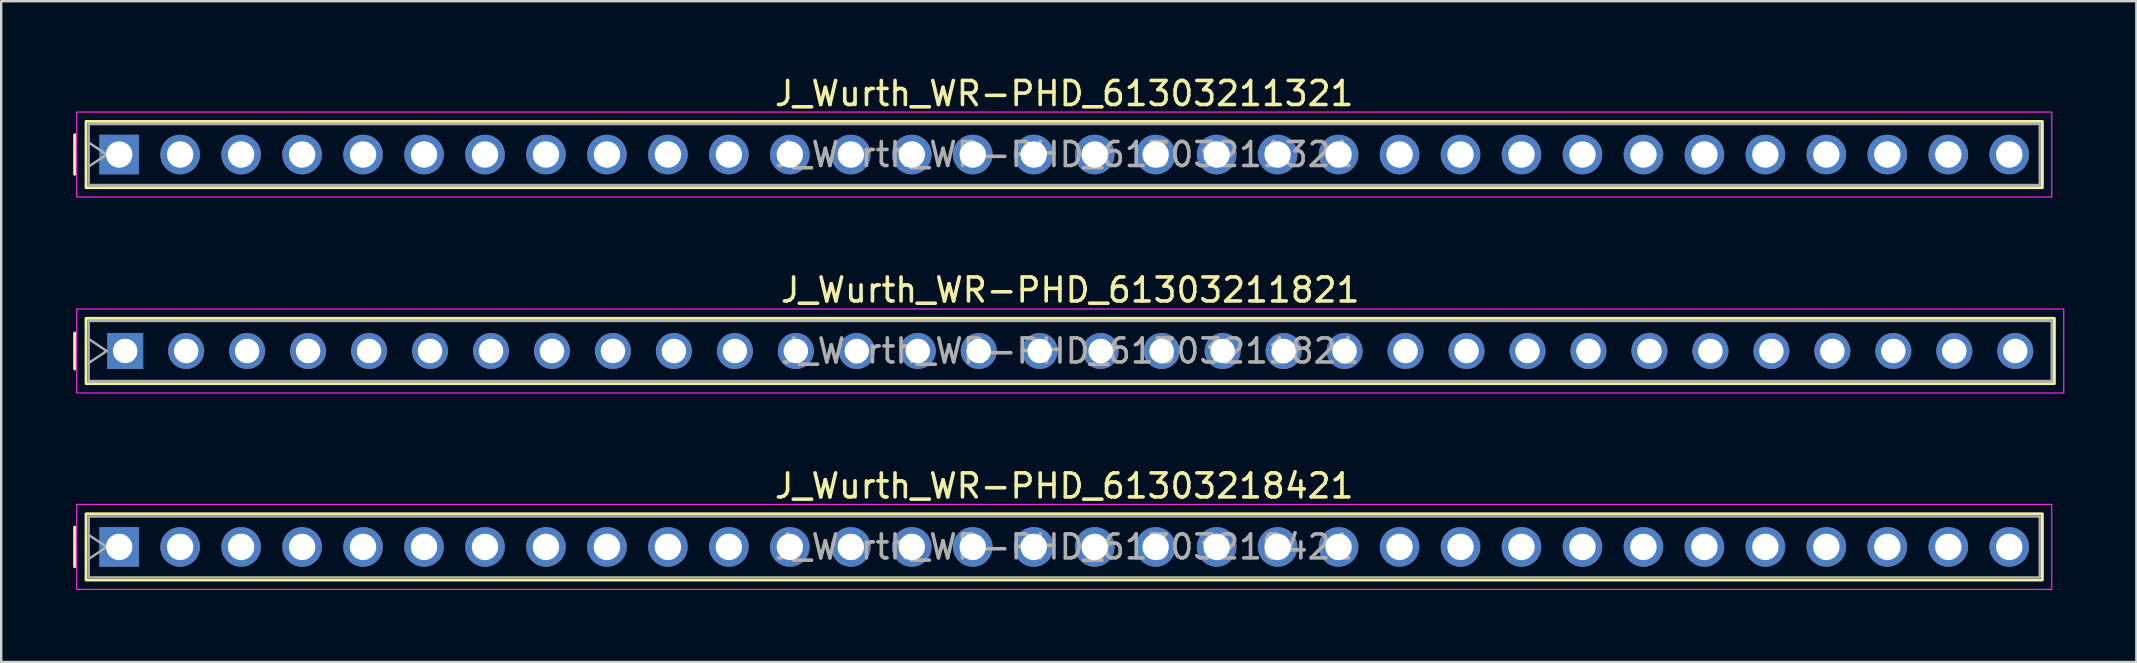
<source format=kicad_pcb>
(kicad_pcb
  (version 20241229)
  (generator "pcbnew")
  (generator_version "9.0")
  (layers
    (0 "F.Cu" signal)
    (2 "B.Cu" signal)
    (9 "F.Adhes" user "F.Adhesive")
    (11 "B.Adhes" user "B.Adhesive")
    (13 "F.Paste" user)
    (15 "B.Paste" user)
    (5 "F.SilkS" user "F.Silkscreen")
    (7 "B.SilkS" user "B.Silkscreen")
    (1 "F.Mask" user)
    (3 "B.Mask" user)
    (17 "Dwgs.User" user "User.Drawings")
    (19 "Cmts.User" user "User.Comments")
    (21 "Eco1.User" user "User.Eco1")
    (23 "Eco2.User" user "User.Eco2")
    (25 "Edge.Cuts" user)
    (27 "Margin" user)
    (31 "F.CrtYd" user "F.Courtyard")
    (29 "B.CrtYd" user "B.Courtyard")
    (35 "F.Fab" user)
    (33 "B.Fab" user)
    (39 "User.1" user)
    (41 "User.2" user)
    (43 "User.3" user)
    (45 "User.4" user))
  (footprint "J_Wurth_WR-PHD_61303211821"
    (layer "F.Cu")
    (at 2.165 11.572)
    (property "Reference" "J_Wurth_WR-PHD_61303211821" (at 39.37 -2.54 0) (unlocked yes) (layer "F.SilkS") (effects (font (size 1 1) (thickness 0.15))))
    (attr through_hole)
    (fp_line (start -2.105 -0.75) (end -2.105 0.75) (stroke (width 0.12) (type solid)) (layer "F.SilkS"))
    (fp_rect (start -1.63 -1.36) (end 80.37 1.36) (stroke (width 0.12) (type solid)) (fill no) (layer "F.SilkS"))
    (fp_rect (start -2.02 -1.75) (end 80.76 1.75) (stroke (width 0.05) (type solid)) (fill no) (layer "F.CrtYd"))
    (fp_line (start -1.52 -0.5) (end -0.77 0) (stroke (width 0.1) (type solid)) (layer "F.Fab"))
    (fp_line (start -0.77 0) (end -1.52 0.5) (stroke (width 0.1) (type solid)) (layer "F.Fab"))
    (fp_rect (start -1.52 -1.25) (end 80.26 1.25) (stroke (width 0.1) (type solid)) (fill no) (layer "F.Fab"))
    (fp_text user "${REFERENCE}" (at 39.37 0 0) (unlocked yes) (layer "F.Fab") (effects (font (size 1 1) (thickness 0.15))))
    (pad "1" thru_hole rect (at 0 0) (size 1.5 1.5) (drill 1.02) (layers "*.Cu" "*.Mask"))
    (pad "2" thru_hole circle (at 2.54 0) (size 1.5 1.5) (drill 1.02) (layers "*.Cu" "*.Mask"))
    (pad "3" thru_hole circle (at 5.08 0) (size 1.5 1.5) (drill 1.02) (layers "*.Cu" "*.Mask"))
    (pad "4" thru_hole circle (at 7.62 0) (size 1.5 1.5) (drill 1.02) (layers "*.Cu" "*.Mask"))
    (pad "5" thru_hole circle (at 10.16 0) (size 1.5 1.5) (drill 1.02) (layers "*.Cu" "*.Mask"))
    (pad "6" thru_hole circle (at 12.7 0) (size 1.5 1.5) (drill 1.02) (layers "*.Cu" "*.Mask"))
    (pad "7" thru_hole circle (at 15.24 0) (size 1.5 1.5) (drill 1.02) (layers "*.Cu" "*.Mask"))
    (pad "8" thru_hole circle (at 17.78 0) (size 1.5 1.5) (drill 1.02) (layers "*.Cu" "*.Mask"))
    (pad "9" thru_hole circle (at 20.32 0) (size 1.5 1.5) (drill 1.02) (layers "*.Cu" "*.Mask"))
    (pad "10" thru_hole circle (at 22.86 0) (size 1.5 1.5) (drill 1.02) (layers "*.Cu" "*.Mask"))
    (pad "11" thru_hole circle (at 25.4 0) (size 1.5 1.5) (drill 1.02) (layers "*.Cu" "*.Mask"))
    (pad "12" thru_hole circle (at 27.94 0) (size 1.5 1.5) (drill 1.02) (layers "*.Cu" "*.Mask"))
    (pad "13" thru_hole circle (at 30.48 0) (size 1.5 1.5) (drill 1.02) (layers "*.Cu" "*.Mask"))
    (pad "14" thru_hole circle (at 33.02 0) (size 1.5 1.5) (drill 1.02) (layers "*.Cu" "*.Mask"))
    (pad "15" thru_hole circle (at 35.56 0) (size 1.5 1.5) (drill 1.02) (layers "*.Cu" "*.Mask"))
    (pad "16" thru_hole circle (at 38.1 0) (size 1.5 1.5) (drill 1.02) (layers "*.Cu" "*.Mask"))
    (pad "17" thru_hole circle (at 40.64 0) (size 1.5 1.5) (drill 1.02) (layers "*.Cu" "*.Mask"))
    (pad "18" thru_hole circle (at 43.18 0) (size 1.5 1.5) (drill 1.02) (layers "*.Cu" "*.Mask"))
    (pad "19" thru_hole circle (at 45.72 0) (size 1.5 1.5) (drill 1.02) (layers "*.Cu" "*.Mask"))
    (pad "20" thru_hole circle (at 48.26 0) (size 1.5 1.5) (drill 1.02) (layers "*.Cu" "*.Mask"))
    (pad "21" thru_hole circle (at 50.8 0) (size 1.5 1.5) (drill 1.02) (layers "*.Cu" "*.Mask"))
    (pad "22" thru_hole circle (at 53.34 0) (size 1.5 1.5) (drill 1.02) (layers "*.Cu" "*.Mask"))
    (pad "23" thru_hole circle (at 55.88 0) (size 1.5 1.5) (drill 1.02) (layers "*.Cu" "*.Mask"))
    (pad "24" thru_hole circle (at 58.42 0) (size 1.5 1.5) (drill 1.02) (layers "*.Cu" "*.Mask"))
    (pad "25" thru_hole circle (at 60.96 0) (size 1.5 1.5) (drill 1.02) (layers "*.Cu" "*.Mask"))
    (pad "26" thru_hole circle (at 63.5 0) (size 1.5 1.5) (drill 1.02) (layers "*.Cu" "*.Mask"))
    (pad "27" thru_hole circle (at 66.04 0) (size 1.5 1.5) (drill 1.02) (layers "*.Cu" "*.Mask"))
    (pad "28" thru_hole circle (at 68.58 0) (size 1.5 1.5) (drill 1.02) (layers "*.Cu" "*.Mask"))
    (pad "29" thru_hole circle (at 71.12 0) (size 1.5 1.5) (drill 1.02) (layers "*.Cu" "*.Mask"))
    (pad "30" thru_hole circle (at 73.66 0) (size 1.5 1.5) (drill 1.02) (layers "*.Cu" "*.Mask"))
    (pad "31" thru_hole circle (at 76.2 0) (size 1.5 1.5) (drill 1.02) (layers "*.Cu" "*.Mask"))
    (pad "32" thru_hole circle (at 78.74 0) (size 1.5 1.5) (drill 1.02) (layers "*.Cu" "*.Mask")))
  (footprint "J_Wurth_WR-PHD_61303211321"
    (layer "F.Cu")
    (at 1.915 3.388)
    (property "Reference" "J_Wurth_WR-PHD_61303211321" (at 39.37 -2.54 0) (unlocked yes) (layer "F.SilkS") (effects (font (size 1 1) (thickness 0.15))))
    (attr through_hole)
    (fp_line (start -1.855 -0.825) (end -1.855 0.825) (stroke (width 0.12) (type solid)) (layer "F.SilkS"))
    (fp_rect (start -1.38 -1.38) (end 80.12 1.38) (stroke (width 0.12) (type solid)) (fill no) (layer "F.SilkS"))
    (fp_rect (start -1.77 -1.77) (end 80.51 1.77) (stroke (width 0.05) (type solid)) (fill no) (layer "F.CrtYd"))
    (fp_line (start -1.27 -0.5) (end -0.52 0) (stroke (width 0.1) (type solid)) (layer "F.Fab"))
    (fp_line (start -0.52 0) (end -1.27 0.5) (stroke (width 0.1) (type solid)) (layer "F.Fab"))
    (fp_rect (start -1.27 -1.27) (end 80.01 1.27) (stroke (width 0.1) (type solid)) (fill no) (layer "F.Fab"))
    (fp_text user "${REFERENCE}" (at 39.37 0 0) (unlocked yes) (layer "F.Fab") (effects (font (size 1 1) (thickness 0.15))))
    (pad "1" thru_hole rect (at 0 0) (size 1.65 1.65) (drill 1.1) (layers "*.Cu" "*.Mask"))
    (pad "2" thru_hole circle (at 2.54 0) (size 1.65 1.65) (drill 1.1) (layers "*.Cu" "*.Mask"))
    (pad "3" thru_hole circle (at 5.08 0) (size 1.65 1.65) (drill 1.1) (layers "*.Cu" "*.Mask"))
    (pad "4" thru_hole circle (at 7.62 0) (size 1.65 1.65) (drill 1.1) (layers "*.Cu" "*.Mask"))
    (pad "5" thru_hole circle (at 10.16 0) (size 1.65 1.65) (drill 1.1) (layers "*.Cu" "*.Mask"))
    (pad "6" thru_hole circle (at 12.7 0) (size 1.65 1.65) (drill 1.1) (layers "*.Cu" "*.Mask"))
    (pad "7" thru_hole circle (at 15.24 0) (size 1.65 1.65) (drill 1.1) (layers "*.Cu" "*.Mask"))
    (pad "8" thru_hole circle (at 17.78 0) (size 1.65 1.65) (drill 1.1) (layers "*.Cu" "*.Mask"))
    (pad "9" thru_hole circle (at 20.32 0) (size 1.65 1.65) (drill 1.1) (layers "*.Cu" "*.Mask"))
    (pad "10" thru_hole circle (at 22.86 0) (size 1.65 1.65) (drill 1.1) (layers "*.Cu" "*.Mask"))
    (pad "11" thru_hole circle (at 25.4 0) (size 1.65 1.65) (drill 1.1) (layers "*.Cu" "*.Mask"))
    (pad "12" thru_hole circle (at 27.94 0) (size 1.65 1.65) (drill 1.1) (layers "*.Cu" "*.Mask"))
    (pad "13" thru_hole circle (at 30.48 0) (size 1.65 1.65) (drill 1.1) (layers "*.Cu" "*.Mask"))
    (pad "14" thru_hole circle (at 33.02 0) (size 1.65 1.65) (drill 1.1) (layers "*.Cu" "*.Mask"))
    (pad "15" thru_hole circle (at 35.56 0) (size 1.65 1.65) (drill 1.1) (layers "*.Cu" "*.Mask"))
    (pad "16" thru_hole circle (at 38.1 0) (size 1.65 1.65) (drill 1.1) (layers "*.Cu" "*.Mask"))
    (pad "17" thru_hole circle (at 40.64 0) (size 1.65 1.65) (drill 1.1) (layers "*.Cu" "*.Mask"))
    (pad "18" thru_hole circle (at 43.18 0) (size 1.65 1.65) (drill 1.1) (layers "*.Cu" "*.Mask"))
    (pad "19" thru_hole circle (at 45.72 0) (size 1.65 1.65) (drill 1.1) (layers "*.Cu" "*.Mask"))
    (pad "20" thru_hole circle (at 48.26 0) (size 1.65 1.65) (drill 1.1) (layers "*.Cu" "*.Mask"))
    (pad "21" thru_hole circle (at 50.8 0) (size 1.65 1.65) (drill 1.1) (layers "*.Cu" "*.Mask"))
    (pad "22" thru_hole circle (at 53.34 0) (size 1.65 1.65) (drill 1.1) (layers "*.Cu" "*.Mask"))
    (pad "23" thru_hole circle (at 55.88 0) (size 1.65 1.65) (drill 1.1) (layers "*.Cu" "*.Mask"))
    (pad "24" thru_hole circle (at 58.42 0) (size 1.65 1.65) (drill 1.1) (layers "*.Cu" "*.Mask"))
    (pad "25" thru_hole circle (at 60.96 0) (size 1.65 1.65) (drill 1.1) (layers "*.Cu" "*.Mask"))
    (pad "26" thru_hole circle (at 63.5 0) (size 1.65 1.65) (drill 1.1) (layers "*.Cu" "*.Mask"))
    (pad "27" thru_hole circle (at 66.04 0) (size 1.65 1.65) (drill 1.1) (layers "*.Cu" "*.Mask"))
    (pad "28" thru_hole circle (at 68.58 0) (size 1.65 1.65) (drill 1.1) (layers "*.Cu" "*.Mask"))
    (pad "29" thru_hole circle (at 71.12 0) (size 1.65 1.65) (drill 1.1) (layers "*.Cu" "*.Mask"))
    (pad "30" thru_hole circle (at 73.66 0) (size 1.65 1.65) (drill 1.1) (layers "*.Cu" "*.Mask"))
    (pad "31" thru_hole circle (at 76.2 0) (size 1.65 1.65) (drill 1.1) (layers "*.Cu" "*.Mask"))
    (pad "32" thru_hole circle (at 78.74 0) (size 1.65 1.65) (drill 1.1) (layers "*.Cu" "*.Mask")))
  (footprint "J_Wurth_WR-PHD_61303218421"
    (layer "F.Cu")
    (at 1.915 19.735)
    (property "Reference" "J_Wurth_WR-PHD_61303218421" (at 39.37 -2.54 0) (unlocked yes) (layer "F.SilkS") (effects (font (size 1 1) (thickness 0.15))))
    (attr through_hole)
    (fp_line (start -1.855 -0.825) (end -1.855 0.825) (stroke (width 0.12) (type solid)) (layer "F.SilkS"))
    (fp_rect (start -1.38 -1.38) (end 80.12 1.38) (stroke (width 0.12) (type solid)) (fill no) (layer "F.SilkS"))
    (fp_rect (start -1.77 -1.77) (end 80.51 1.77) (stroke (width 0.05) (type solid)) (fill no) (layer "F.CrtYd"))
    (fp_line (start -1.27 -0.5) (end -0.52 0) (stroke (width 0.1) (type solid)) (layer "F.Fab"))
    (fp_line (start -0.52 0) (end -1.27 0.5) (stroke (width 0.1) (type solid)) (layer "F.Fab"))
    (fp_rect (start -1.27 -1.27) (end 80.01 1.27) (stroke (width 0.1) (type solid)) (fill no) (layer "F.Fab"))
    (fp_text user "${REFERENCE}" (at 39.37 0 0) (unlocked yes) (layer "F.Fab") (effects (font (size 1 1) (thickness 0.15))))
    (pad "1" thru_hole rect (at 0 0) (size 1.65 1.65) (drill 1.1) (layers "*.Cu" "*.Mask"))
    (pad "2" thru_hole circle (at 2.54 0) (size 1.65 1.65) (drill 1.1) (layers "*.Cu" "*.Mask"))
    (pad "3" thru_hole circle (at 5.08 0) (size 1.65 1.65) (drill 1.1) (layers "*.Cu" "*.Mask"))
    (pad "4" thru_hole circle (at 7.62 0) (size 1.65 1.65) (drill 1.1) (layers "*.Cu" "*.Mask"))
    (pad "5" thru_hole circle (at 10.16 0) (size 1.65 1.65) (drill 1.1) (layers "*.Cu" "*.Mask"))
    (pad "6" thru_hole circle (at 12.7 0) (size 1.65 1.65) (drill 1.1) (layers "*.Cu" "*.Mask"))
    (pad "7" thru_hole circle (at 15.24 0) (size 1.65 1.65) (drill 1.1) (layers "*.Cu" "*.Mask"))
    (pad "8" thru_hole circle (at 17.78 0) (size 1.65 1.65) (drill 1.1) (layers "*.Cu" "*.Mask"))
    (pad "9" thru_hole circle (at 20.32 0) (size 1.65 1.65) (drill 1.1) (layers "*.Cu" "*.Mask"))
    (pad "10" thru_hole circle (at 22.86 0) (size 1.65 1.65) (drill 1.1) (layers "*.Cu" "*.Mask"))
    (pad "11" thru_hole circle (at 25.4 0) (size 1.65 1.65) (drill 1.1) (layers "*.Cu" "*.Mask"))
    (pad "12" thru_hole circle (at 27.94 0) (size 1.65 1.65) (drill 1.1) (layers "*.Cu" "*.Mask"))
    (pad "13" thru_hole circle (at 30.48 0) (size 1.65 1.65) (drill 1.1) (layers "*.Cu" "*.Mask"))
    (pad "14" thru_hole circle (at 33.02 0) (size 1.65 1.65) (drill 1.1) (layers "*.Cu" "*.Mask"))
    (pad "15" thru_hole circle (at 35.56 0) (size 1.65 1.65) (drill 1.1) (layers "*.Cu" "*.Mask"))
    (pad "16" thru_hole circle (at 38.1 0) (size 1.65 1.65) (drill 1.1) (layers "*.Cu" "*.Mask"))
    (pad "17" thru_hole circle (at 40.64 0) (size 1.65 1.65) (drill 1.1) (layers "*.Cu" "*.Mask"))
    (pad "18" thru_hole circle (at 43.18 0) (size 1.65 1.65) (drill 1.1) (layers "*.Cu" "*.Mask"))
    (pad "19" thru_hole circle (at 45.72 0) (size 1.65 1.65) (drill 1.1) (layers "*.Cu" "*.Mask"))
    (pad "20" thru_hole circle (at 48.26 0) (size 1.65 1.65) (drill 1.1) (layers "*.Cu" "*.Mask"))
    (pad "21" thru_hole circle (at 50.8 0) (size 1.65 1.65) (drill 1.1) (layers "*.Cu" "*.Mask"))
    (pad "22" thru_hole circle (at 53.34 0) (size 1.65 1.65) (drill 1.1) (layers "*.Cu" "*.Mask"))
    (pad "23" thru_hole circle (at 55.88 0) (size 1.65 1.65) (drill 1.1) (layers "*.Cu" "*.Mask"))
    (pad "24" thru_hole circle (at 58.42 0) (size 1.65 1.65) (drill 1.1) (layers "*.Cu" "*.Mask"))
    (pad "25" thru_hole circle (at 60.96 0) (size 1.65 1.65) (drill 1.1) (layers "*.Cu" "*.Mask"))
    (pad "26" thru_hole circle (at 63.5 0) (size 1.65 1.65) (drill 1.1) (layers "*.Cu" "*.Mask"))
    (pad "27" thru_hole circle (at 66.04 0) (size 1.65 1.65) (drill 1.1) (layers "*.Cu" "*.Mask"))
    (pad "28" thru_hole circle (at 68.58 0) (size 1.65 1.65) (drill 1.1) (layers "*.Cu" "*.Mask"))
    (pad "29" thru_hole circle (at 71.12 0) (size 1.65 1.65) (drill 1.1) (layers "*.Cu" "*.Mask"))
    (pad "30" thru_hole circle (at 73.66 0) (size 1.65 1.65) (drill 1.1) (layers "*.Cu" "*.Mask"))
    (pad "31" thru_hole circle (at 76.2 0) (size 1.65 1.65) (drill 1.1) (layers "*.Cu" "*.Mask"))
    (pad "32" thru_hole circle (at 78.74 0) (size 1.65 1.65) (drill 1.1) (layers "*.Cu" "*.Mask")))
  (gr_rect
    (start -3 -3)
    (end 85.95 24.53)
    (stroke (width 0.1) (type default))
    (fill no)
    (layer "Edge.Cuts")))
</source>
